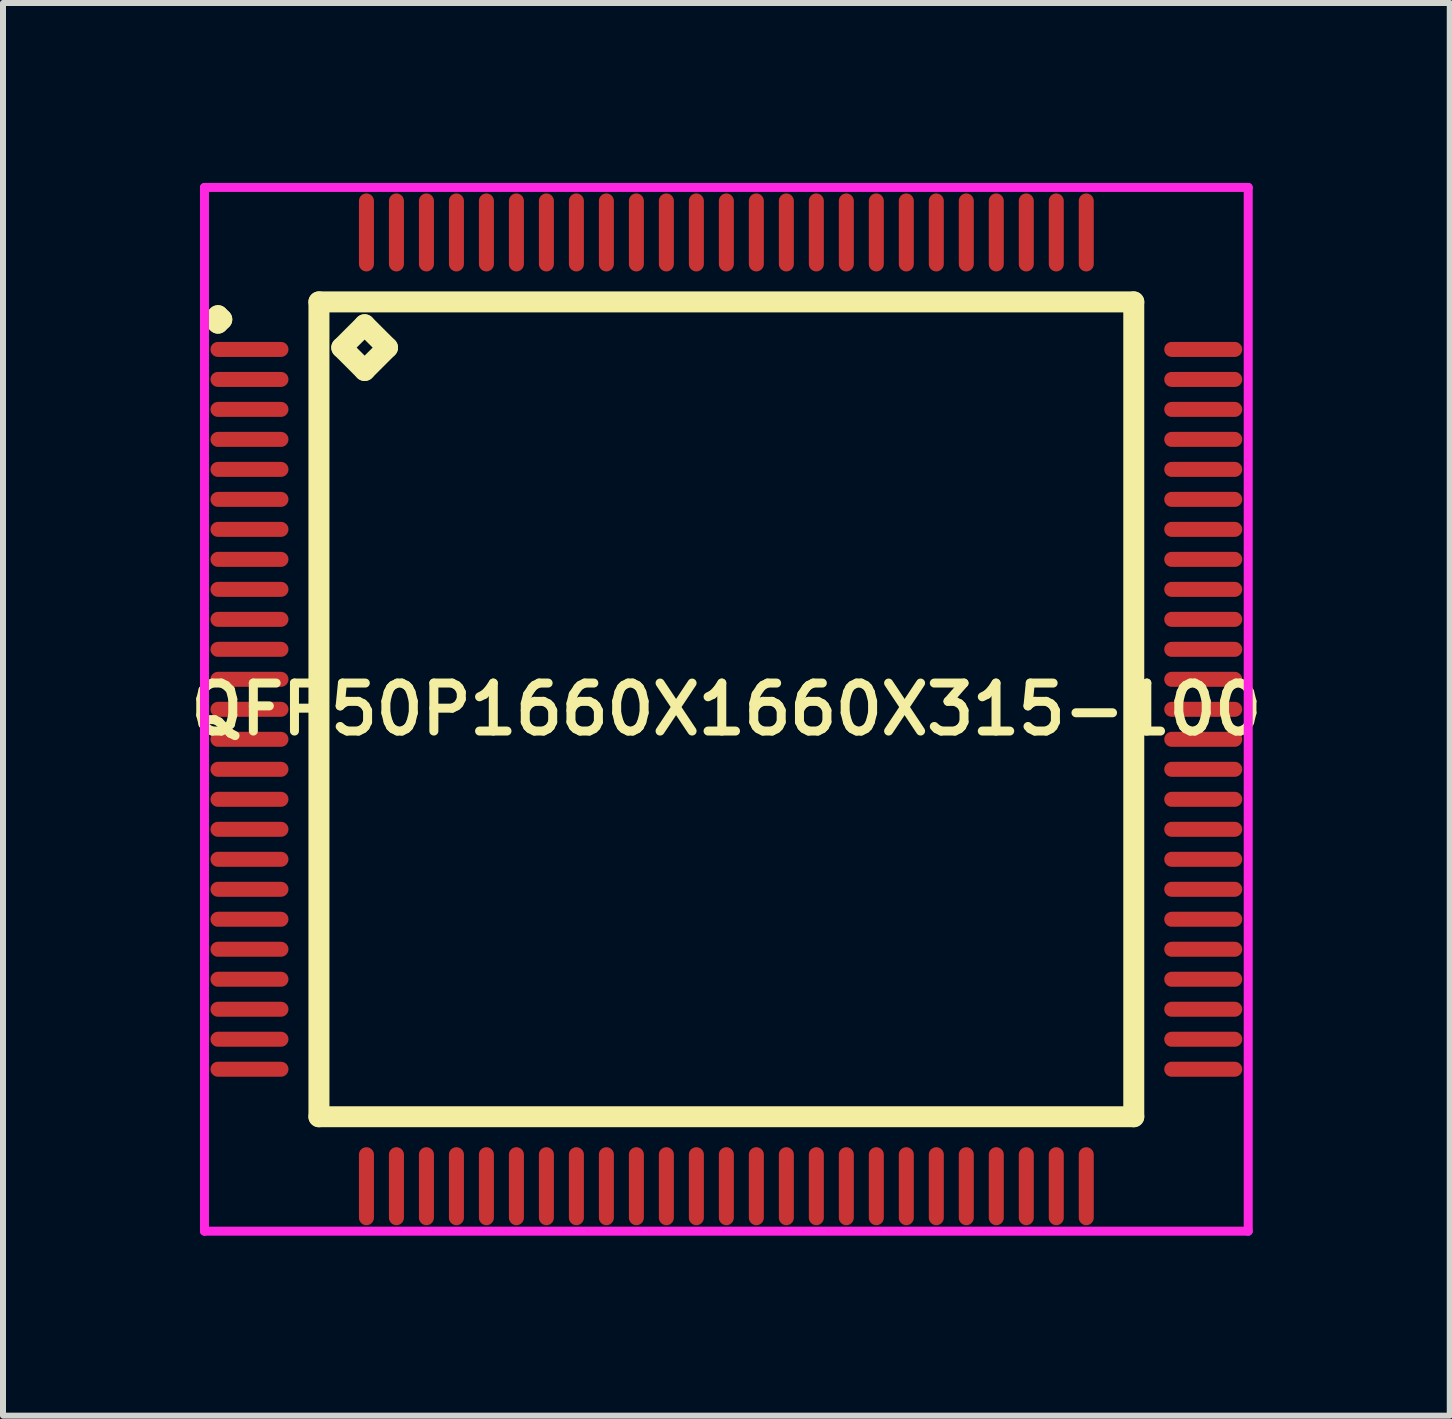
<source format=kicad_pcb>
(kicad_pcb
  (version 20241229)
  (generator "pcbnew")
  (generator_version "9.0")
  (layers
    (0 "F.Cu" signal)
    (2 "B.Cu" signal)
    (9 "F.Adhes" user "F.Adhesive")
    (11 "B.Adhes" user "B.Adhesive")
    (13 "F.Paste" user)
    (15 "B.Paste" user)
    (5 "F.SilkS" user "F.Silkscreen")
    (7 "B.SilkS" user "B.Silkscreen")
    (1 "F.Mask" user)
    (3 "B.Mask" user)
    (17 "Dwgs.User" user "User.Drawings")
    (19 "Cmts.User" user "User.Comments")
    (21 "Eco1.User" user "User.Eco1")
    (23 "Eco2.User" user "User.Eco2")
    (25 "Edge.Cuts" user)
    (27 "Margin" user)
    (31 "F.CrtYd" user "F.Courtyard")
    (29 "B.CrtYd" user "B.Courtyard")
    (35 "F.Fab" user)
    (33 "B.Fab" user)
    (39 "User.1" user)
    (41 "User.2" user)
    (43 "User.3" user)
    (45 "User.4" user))
  (footprint "QFP50P1660X1660X315-100"
    (layer "F.Cu")
    (at 9.059 8.775)
    (property "Reference" "QFP50P1660X1660X315-100" (at 0 0 0) (layer "F.SilkS") (effects (font (size 0.8 0.8) (thickness 0.15))))
    (attr smd)
    (fp_line (start -8.537 -6.5) (end -8.475 -6.562) (stroke (width 0.35) (type solid)) (layer "F.SilkS"))
    (fp_line (start -8.475 -6.562) (end -8.412 -6.5) (stroke (width 0.35) (type solid)) (layer "F.SilkS"))
    (fp_line (start -8.475 -6.438) (end -8.537 -6.5) (stroke (width 0.35) (type solid)) (layer "F.SilkS"))
    (fp_line (start -8.412 -6.5) (end -8.475 -6.438) (stroke (width 0.35) (type solid)) (layer "F.SilkS"))
    (fp_line (start -6.792 -6.792) (end -6.792 6.792) (stroke (width 0.35) (type solid)) (layer "F.SilkS"))
    (fp_line (start -6.792 6.792) (end 6.792 6.792) (stroke (width 0.35) (type solid)) (layer "F.SilkS"))
    (fp_line (start -6.411 -6.03) (end -6.03 -6.411) (stroke (width 0.35) (type solid)) (layer "F.SilkS"))
    (fp_line (start -6.03 -6.411) (end -5.649 -6.03) (stroke (width 0.35) (type solid)) (layer "F.SilkS"))
    (fp_line (start -6.03 -5.649) (end -6.411 -6.03) (stroke (width 0.35) (type solid)) (layer "F.SilkS"))
    (fp_line (start -5.649 -6.03) (end -6.03 -5.649) (stroke (width 0.35) (type solid)) (layer "F.SilkS"))
    (fp_line (start 6.792 -6.792) (end -6.792 -6.792) (stroke (width 0.35) (type solid)) (layer "F.SilkS"))
    (fp_line (start 6.792 6.792) (end 6.792 -6.792) (stroke (width 0.35) (type solid)) (layer "F.SilkS"))
    (fp_line (start -8.7 -8.7) (end 8.7 -8.7) (stroke (width 0.15) (type solid)) (layer "F.CrtYd"))
    (fp_line (start -8.7 8.7) (end -8.7 -8.7) (stroke (width 0.15) (type solid)) (layer "F.CrtYd"))
    (fp_line (start 8.7 -8.7) (end 8.7 8.7) (stroke (width 0.15) (type solid)) (layer "F.CrtYd"))
    (fp_line (start 8.7 8.7) (end -8.7 8.7) (stroke (width 0.15) (type solid)) (layer "F.CrtYd"))
    (pad "1" smd oval (at -7.95 -6) (size 1.3 0.25) (layers "F.Cu" "F.Mask" "F.Paste"))
    (pad "2" smd oval (at -7.95 -5.5) (size 1.3 0.25) (layers "F.Cu" "F.Mask" "F.Paste"))
    (pad "3" smd oval (at -7.95 -5) (size 1.3 0.25) (layers "F.Cu" "F.Mask" "F.Paste"))
    (pad "4" smd oval (at -7.95 -4.5) (size 1.3 0.25) (layers "F.Cu" "F.Mask" "F.Paste"))
    (pad "5" smd oval (at -7.95 -4) (size 1.3 0.25) (layers "F.Cu" "F.Mask" "F.Paste"))
    (pad "6" smd oval (at -7.95 -3.5) (size 1.3 0.25) (layers "F.Cu" "F.Mask" "F.Paste"))
    (pad "7" smd oval (at -7.95 -3) (size 1.3 0.25) (layers "F.Cu" "F.Mask" "F.Paste"))
    (pad "8" smd oval (at -7.95 -2.5) (size 1.3 0.25) (layers "F.Cu" "F.Mask" "F.Paste"))
    (pad "9" smd oval (at -7.95 -2) (size 1.3 0.25) (layers "F.Cu" "F.Mask" "F.Paste"))
    (pad "10" smd oval (at -7.95 -1.5) (size 1.3 0.25) (layers "F.Cu" "F.Mask" "F.Paste"))
    (pad "11" smd oval (at -7.95 -1) (size 1.3 0.25) (layers "F.Cu" "F.Mask" "F.Paste"))
    (pad "12" smd oval (at -7.95 -0.5) (size 1.3 0.25) (layers "F.Cu" "F.Mask" "F.Paste"))
    (pad "13" smd oval (at -7.95 0) (size 1.3 0.25) (layers "F.Cu" "F.Mask" "F.Paste"))
    (pad "14" smd oval (at -7.95 0.5) (size 1.3 0.25) (layers "F.Cu" "F.Mask" "F.Paste"))
    (pad "15" smd oval (at -7.95 1) (size 1.3 0.25) (layers "F.Cu" "F.Mask" "F.Paste"))
    (pad "16" smd oval (at -7.95 1.5) (size 1.3 0.25) (layers "F.Cu" "F.Mask" "F.Paste"))
    (pad "17" smd oval (at -7.95 2) (size 1.3 0.25) (layers "F.Cu" "F.Mask" "F.Paste"))
    (pad "18" smd oval (at -7.95 2.5) (size 1.3 0.25) (layers "F.Cu" "F.Mask" "F.Paste"))
    (pad "19" smd oval (at -7.95 3) (size 1.3 0.25) (layers "F.Cu" "F.Mask" "F.Paste"))
    (pad "20" smd oval (at -7.95 3.5) (size 1.3 0.25) (layers "F.Cu" "F.Mask" "F.Paste"))
    (pad "21" smd oval (at -7.95 4) (size 1.3 0.25) (layers "F.Cu" "F.Mask" "F.Paste"))
    (pad "22" smd oval (at -7.95 4.5) (size 1.3 0.25) (layers "F.Cu" "F.Mask" "F.Paste"))
    (pad "23" smd oval (at -7.95 5) (size 1.3 0.25) (layers "F.Cu" "F.Mask" "F.Paste"))
    (pad "24" smd oval (at -7.95 5.5) (size 1.3 0.25) (layers "F.Cu" "F.Mask" "F.Paste"))
    (pad "25" smd oval (at -7.95 6) (size 1.3 0.25) (layers "F.Cu" "F.Mask" "F.Paste"))
    (pad "26" smd oval (at -6 7.95) (size 0.25 1.3) (layers "F.Cu" "F.Mask" "F.Paste"))
    (pad "27" smd oval (at -5.5 7.95) (size 0.25 1.3) (layers "F.Cu" "F.Mask" "F.Paste"))
    (pad "28" smd oval (at -5 7.95) (size 0.25 1.3) (layers "F.Cu" "F.Mask" "F.Paste"))
    (pad "29" smd oval (at -4.5 7.95) (size 0.25 1.3) (layers "F.Cu" "F.Mask" "F.Paste"))
    (pad "30" smd oval (at -4 7.95) (size 0.25 1.3) (layers "F.Cu" "F.Mask" "F.Paste"))
    (pad "31" smd oval (at -3.5 7.95) (size 0.25 1.3) (layers "F.Cu" "F.Mask" "F.Paste"))
    (pad "32" smd oval (at -3 7.95) (size 0.25 1.3) (layers "F.Cu" "F.Mask" "F.Paste"))
    (pad "33" smd oval (at -2.5 7.95) (size 0.25 1.3) (layers "F.Cu" "F.Mask" "F.Paste"))
    (pad "34" smd oval (at -2 7.95) (size 0.25 1.3) (layers "F.Cu" "F.Mask" "F.Paste"))
    (pad "35" smd oval (at -1.5 7.95) (size 0.25 1.3) (layers "F.Cu" "F.Mask" "F.Paste"))
    (pad "36" smd oval (at -1 7.95) (size 0.25 1.3) (layers "F.Cu" "F.Mask" "F.Paste"))
    (pad "37" smd oval (at -0.5 7.95) (size 0.25 1.3) (layers "F.Cu" "F.Mask" "F.Paste"))
    (pad "38" smd oval (at 0 7.95) (size 0.25 1.3) (layers "F.Cu" "F.Mask" "F.Paste"))
    (pad "39" smd oval (at 0.5 7.95) (size 0.25 1.3) (layers "F.Cu" "F.Mask" "F.Paste"))
    (pad "40" smd oval (at 1 7.95) (size 0.25 1.3) (layers "F.Cu" "F.Mask" "F.Paste"))
    (pad "41" smd oval (at 1.5 7.95) (size 0.25 1.3) (layers "F.Cu" "F.Mask" "F.Paste"))
    (pad "42" smd oval (at 2 7.95) (size 0.25 1.3) (layers "F.Cu" "F.Mask" "F.Paste"))
    (pad "43" smd oval (at 2.5 7.95) (size 0.25 1.3) (layers "F.Cu" "F.Mask" "F.Paste"))
    (pad "44" smd oval (at 3 7.95) (size 0.25 1.3) (layers "F.Cu" "F.Mask" "F.Paste"))
    (pad "45" smd oval (at 3.5 7.95) (size 0.25 1.3) (layers "F.Cu" "F.Mask" "F.Paste"))
    (pad "46" smd oval (at 4 7.95) (size 0.25 1.3) (layers "F.Cu" "F.Mask" "F.Paste"))
    (pad "47" smd oval (at 4.5 7.95) (size 0.25 1.3) (layers "F.Cu" "F.Mask" "F.Paste"))
    (pad "48" smd oval (at 5 7.95) (size 0.25 1.3) (layers "F.Cu" "F.Mask" "F.Paste"))
    (pad "49" smd oval (at 5.5 7.95) (size 0.25 1.3) (layers "F.Cu" "F.Mask" "F.Paste"))
    (pad "50" smd oval (at 6 7.95) (size 0.25 1.3) (layers "F.Cu" "F.Mask" "F.Paste"))
    (pad "51" smd oval (at 7.95 6) (size 1.3 0.25) (layers "F.Cu" "F.Mask" "F.Paste"))
    (pad "52" smd oval (at 7.95 5.5) (size 1.3 0.25) (layers "F.Cu" "F.Mask" "F.Paste"))
    (pad "53" smd oval (at 7.95 5) (size 1.3 0.25) (layers "F.Cu" "F.Mask" "F.Paste"))
    (pad "54" smd oval (at 7.95 4.5) (size 1.3 0.25) (layers "F.Cu" "F.Mask" "F.Paste"))
    (pad "55" smd oval (at 7.95 4) (size 1.3 0.25) (layers "F.Cu" "F.Mask" "F.Paste"))
    (pad "56" smd oval (at 7.95 3.5) (size 1.3 0.25) (layers "F.Cu" "F.Mask" "F.Paste"))
    (pad "57" smd oval (at 7.95 3) (size 1.3 0.25) (layers "F.Cu" "F.Mask" "F.Paste"))
    (pad "58" smd oval (at 7.95 2.5) (size 1.3 0.25) (layers "F.Cu" "F.Mask" "F.Paste"))
    (pad "59" smd oval (at 7.95 2) (size 1.3 0.25) (layers "F.Cu" "F.Mask" "F.Paste"))
    (pad "60" smd oval (at 7.95 1.5) (size 1.3 0.25) (layers "F.Cu" "F.Mask" "F.Paste"))
    (pad "61" smd oval (at 7.95 1) (size 1.3 0.25) (layers "F.Cu" "F.Mask" "F.Paste"))
    (pad "62" smd oval (at 7.95 0.5) (size 1.3 0.25) (layers "F.Cu" "F.Mask" "F.Paste"))
    (pad "63" smd oval (at 7.95 0) (size 1.3 0.25) (layers "F.Cu" "F.Mask" "F.Paste"))
    (pad "64" smd oval (at 7.95 -0.5) (size 1.3 0.25) (layers "F.Cu" "F.Mask" "F.Paste"))
    (pad "65" smd oval (at 7.95 -1) (size 1.3 0.25) (layers "F.Cu" "F.Mask" "F.Paste"))
    (pad "66" smd oval (at 7.95 -1.5) (size 1.3 0.25) (layers "F.Cu" "F.Mask" "F.Paste"))
    (pad "67" smd oval (at 7.95 -2) (size 1.3 0.25) (layers "F.Cu" "F.Mask" "F.Paste"))
    (pad "68" smd oval (at 7.95 -2.5) (size 1.3 0.25) (layers "F.Cu" "F.Mask" "F.Paste"))
    (pad "69" smd oval (at 7.95 -3) (size 1.3 0.25) (layers "F.Cu" "F.Mask" "F.Paste"))
    (pad "70" smd oval (at 7.95 -3.5) (size 1.3 0.25) (layers "F.Cu" "F.Mask" "F.Paste"))
    (pad "71" smd oval (at 7.95 -4) (size 1.3 0.25) (layers "F.Cu" "F.Mask" "F.Paste"))
    (pad "72" smd oval (at 7.95 -4.5) (size 1.3 0.25) (layers "F.Cu" "F.Mask" "F.Paste"))
    (pad "73" smd oval (at 7.95 -5) (size 1.3 0.25) (layers "F.Cu" "F.Mask" "F.Paste"))
    (pad "74" smd oval (at 7.95 -5.5) (size 1.3 0.25) (layers "F.Cu" "F.Mask" "F.Paste"))
    (pad "75" smd oval (at 7.95 -6) (size 1.3 0.25) (layers "F.Cu" "F.Mask" "F.Paste"))
    (pad "76" smd oval (at 6 -7.95) (size 0.25 1.3) (layers "F.Cu" "F.Mask" "F.Paste"))
    (pad "77" smd oval (at 5.5 -7.95) (size 0.25 1.3) (layers "F.Cu" "F.Mask" "F.Paste"))
    (pad "78" smd oval (at 5 -7.95) (size 0.25 1.3) (layers "F.Cu" "F.Mask" "F.Paste"))
    (pad "79" smd oval (at 4.5 -7.95) (size 0.25 1.3) (layers "F.Cu" "F.Mask" "F.Paste"))
    (pad "80" smd oval (at 4 -7.95) (size 0.25 1.3) (layers "F.Cu" "F.Mask" "F.Paste"))
    (pad "81" smd oval (at 3.5 -7.95) (size 0.25 1.3) (layers "F.Cu" "F.Mask" "F.Paste"))
    (pad "82" smd oval (at 3 -7.95) (size 0.25 1.3) (layers "F.Cu" "F.Mask" "F.Paste"))
    (pad "83" smd oval (at 2.5 -7.95) (size 0.25 1.3) (layers "F.Cu" "F.Mask" "F.Paste"))
    (pad "84" smd oval (at 2 -7.95) (size 0.25 1.3) (layers "F.Cu" "F.Mask" "F.Paste"))
    (pad "85" smd oval (at 1.5 -7.95) (size 0.25 1.3) (layers "F.Cu" "F.Mask" "F.Paste"))
    (pad "86" smd oval (at 1 -7.95) (size 0.25 1.3) (layers "F.Cu" "F.Mask" "F.Paste"))
    (pad "87" smd oval (at 0.5 -7.95) (size 0.25 1.3) (layers "F.Cu" "F.Mask" "F.Paste"))
    (pad "88" smd oval (at 0 -7.95) (size 0.25 1.3) (layers "F.Cu" "F.Mask" "F.Paste"))
    (pad "89" smd oval (at -0.5 -7.95) (size 0.25 1.3) (layers "F.Cu" "F.Mask" "F.Paste"))
    (pad "90" smd oval (at -1 -7.95) (size 0.25 1.3) (layers "F.Cu" "F.Mask" "F.Paste"))
    (pad "91" smd oval (at -1.5 -7.95) (size 0.25 1.3) (layers "F.Cu" "F.Mask" "F.Paste"))
    (pad "92" smd oval (at -2 -7.95) (size 0.25 1.3) (layers "F.Cu" "F.Mask" "F.Paste"))
    (pad "93" smd oval (at -2.5 -7.95) (size 0.25 1.3) (layers "F.Cu" "F.Mask" "F.Paste"))
    (pad "94" smd oval (at -3 -7.95) (size 0.25 1.3) (layers "F.Cu" "F.Mask" "F.Paste"))
    (pad "95" smd oval (at -3.5 -7.95) (size 0.25 1.3) (layers "F.Cu" "F.Mask" "F.Paste"))
    (pad "96" smd oval (at -4 -7.95) (size 0.25 1.3) (layers "F.Cu" "F.Mask" "F.Paste"))
    (pad "97" smd oval (at -4.5 -7.95) (size 0.25 1.3) (layers "F.Cu" "F.Mask" "F.Paste"))
    (pad "98" smd oval (at -5 -7.95) (size 0.25 1.3) (layers "F.Cu" "F.Mask" "F.Paste"))
    (pad "99" smd oval (at -5.5 -7.95) (size 0.25 1.3) (layers "F.Cu" "F.Mask" "F.Paste"))
    (pad "100" smd oval (at -6 -7.95) (size 0.25 1.3) (layers "F.Cu" "F.Mask" "F.Paste")))
  (gr_rect
    (start -3 -3)
    (end 21.119 20.55)
    (stroke (width 0.1) (type default))
    (fill no)
    (layer "Edge.Cuts")))
</source>
